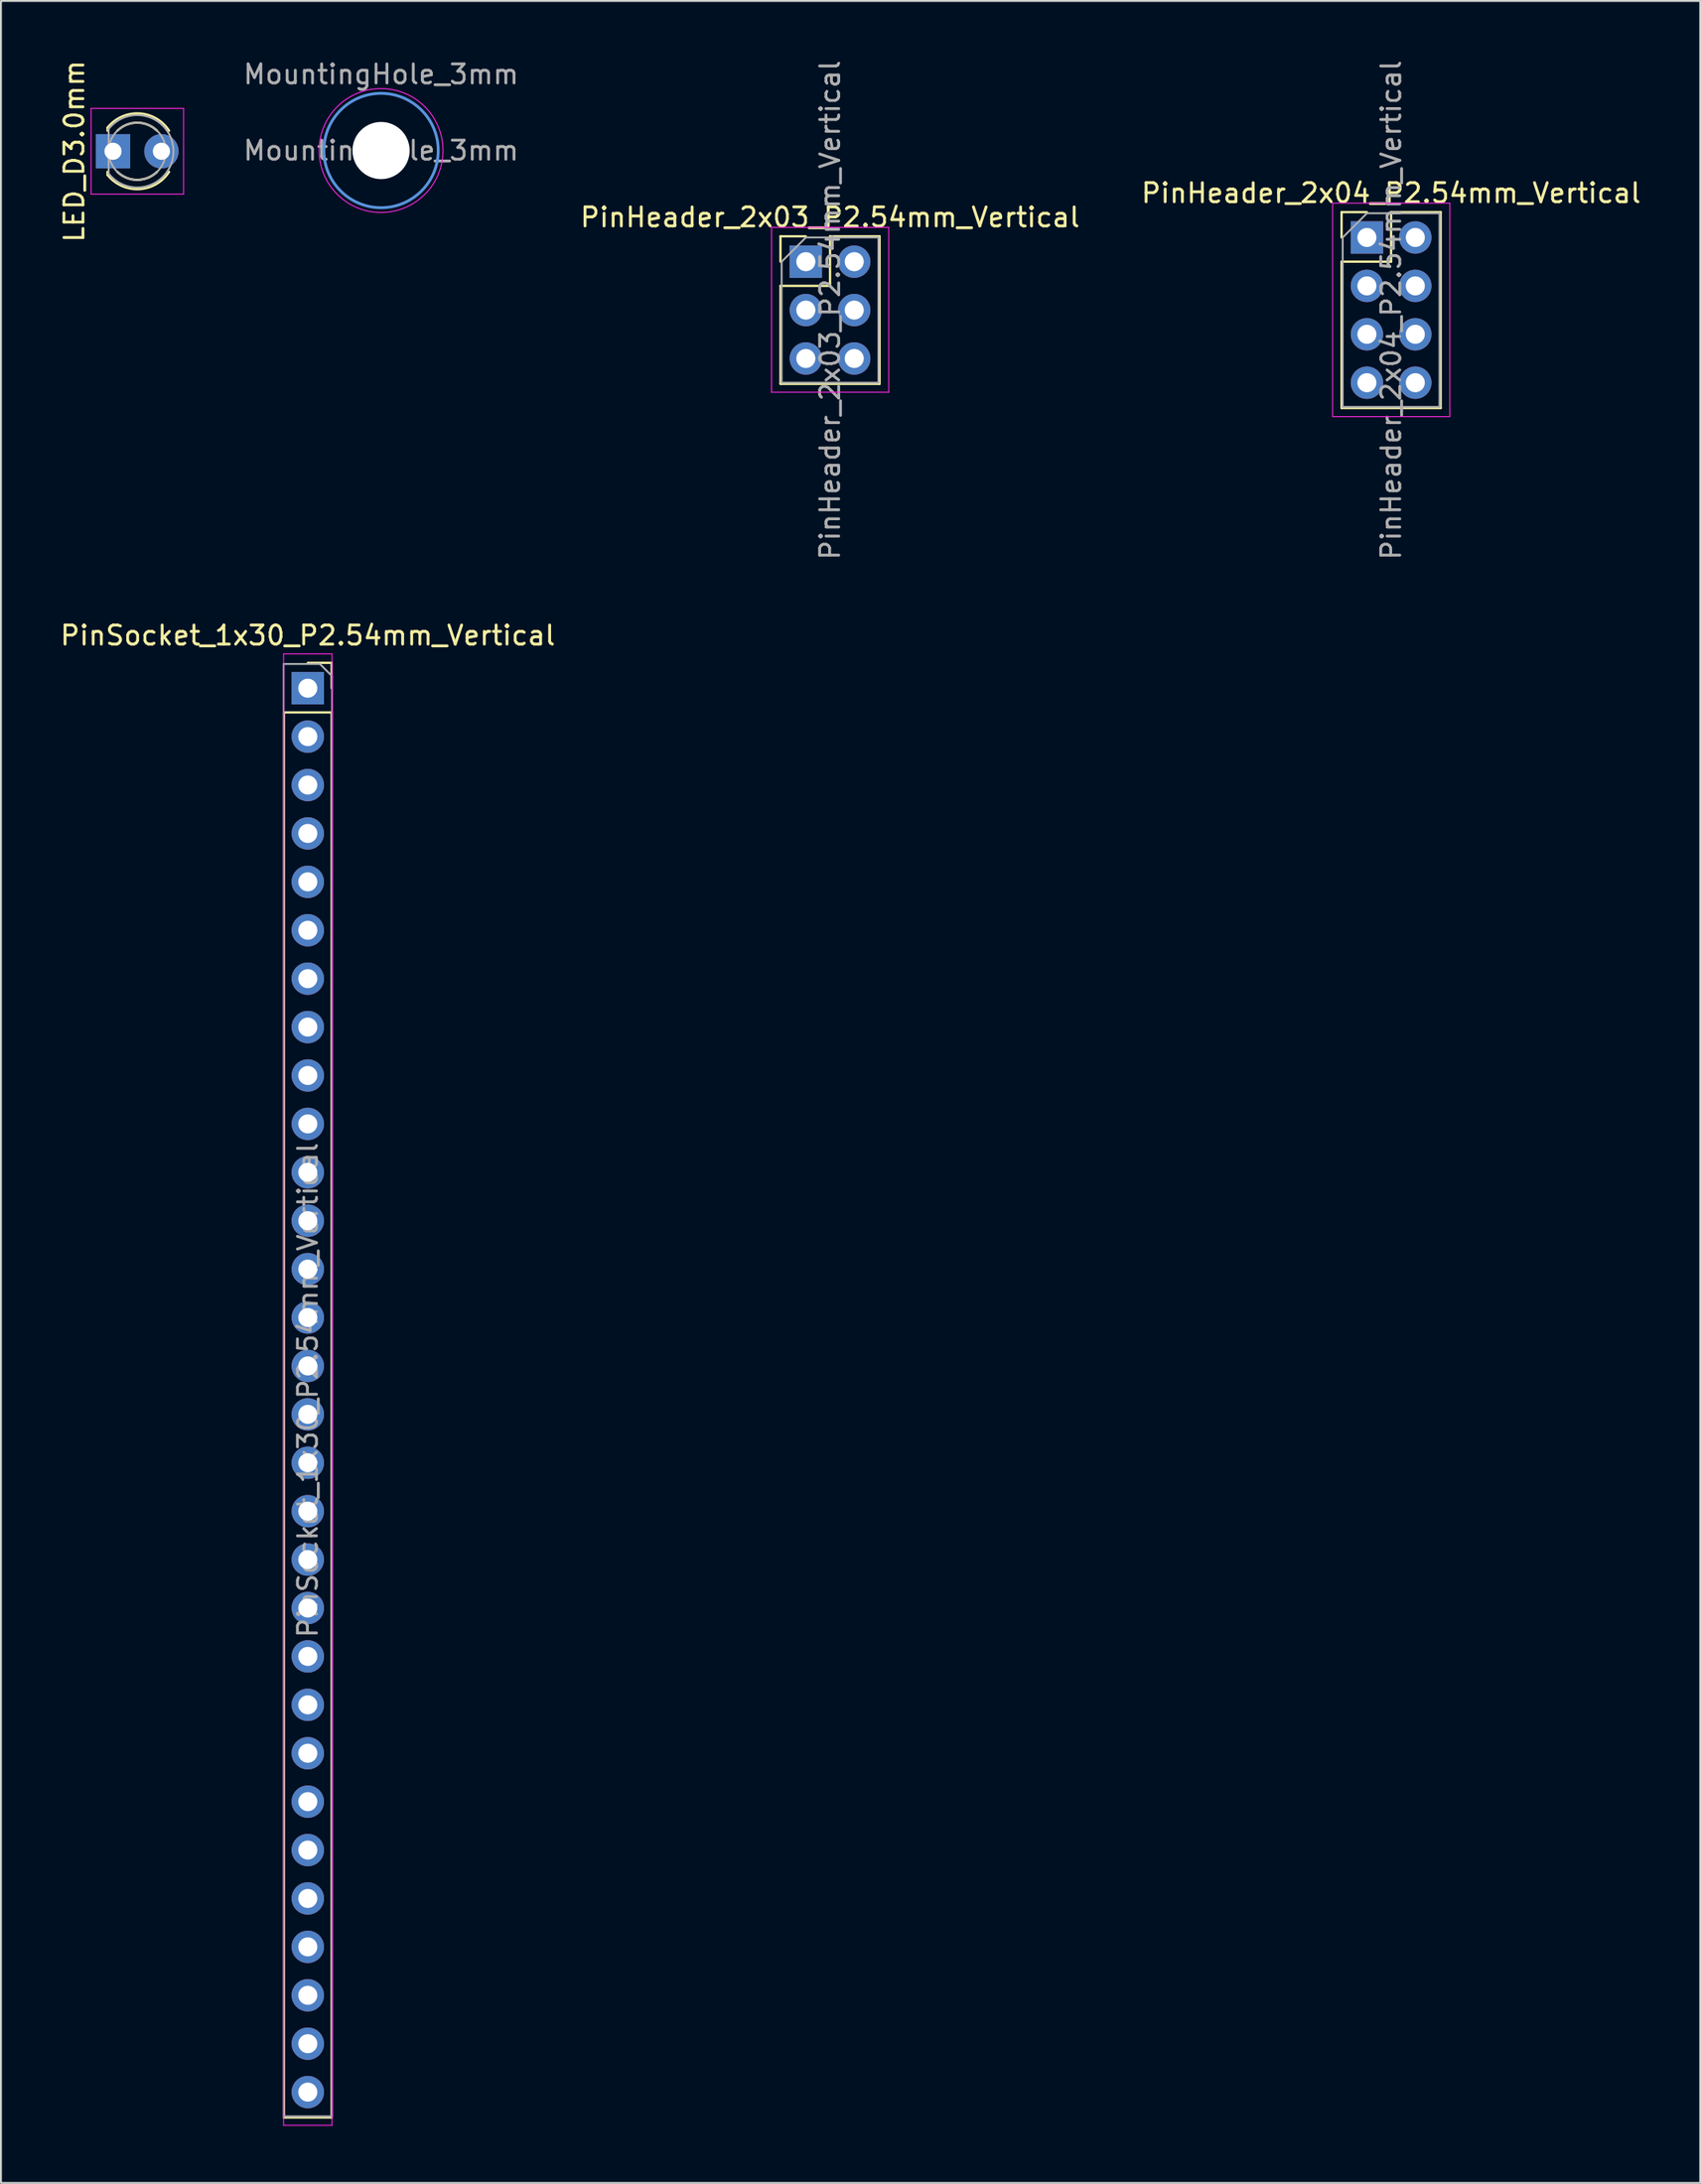
<source format=kicad_pcb>
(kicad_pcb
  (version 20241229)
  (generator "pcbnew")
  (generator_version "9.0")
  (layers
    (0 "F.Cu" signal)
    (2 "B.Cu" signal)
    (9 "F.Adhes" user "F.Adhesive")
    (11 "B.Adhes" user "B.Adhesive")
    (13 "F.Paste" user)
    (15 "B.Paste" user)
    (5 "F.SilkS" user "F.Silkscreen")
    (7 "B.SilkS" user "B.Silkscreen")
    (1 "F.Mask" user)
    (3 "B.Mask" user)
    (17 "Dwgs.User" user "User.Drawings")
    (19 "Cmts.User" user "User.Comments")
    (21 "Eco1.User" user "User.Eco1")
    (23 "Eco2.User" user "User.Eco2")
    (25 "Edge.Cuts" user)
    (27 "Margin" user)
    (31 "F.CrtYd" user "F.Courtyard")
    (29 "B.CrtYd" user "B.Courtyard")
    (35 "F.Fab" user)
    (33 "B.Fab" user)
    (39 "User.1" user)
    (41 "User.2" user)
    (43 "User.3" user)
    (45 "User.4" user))
  (footprint "PinHeader_2x03_P2.54mm_Vertical"
    (layer "F.Cu")
    (at 39.234 10.68)
    (property "Reference" "PinHeader_2x03_P2.54mm_Vertical" (at 1.27 -2.33 0) (layer "F.SilkS") (effects (font (size 1 1) (thickness 0.15))))
    (attr through_hole)
    (fp_line (start -1.33 -1.33) (end 0 -1.33) (stroke (width 0.12) (type solid)) (layer "F.SilkS"))
    (fp_line (start -1.33 0) (end -1.33 -1.33) (stroke (width 0.12) (type solid)) (layer "F.SilkS"))
    (fp_line (start -1.33 1.27) (end -1.33 6.41) (stroke (width 0.12) (type solid)) (layer "F.SilkS"))
    (fp_line (start -1.33 1.27) (end 1.27 1.27) (stroke (width 0.12) (type solid)) (layer "F.SilkS"))
    (fp_line (start -1.33 6.41) (end 3.87 6.41) (stroke (width 0.12) (type solid)) (layer "F.SilkS"))
    (fp_line (start 1.27 -1.33) (end 3.87 -1.33) (stroke (width 0.12) (type solid)) (layer "F.SilkS"))
    (fp_line (start 1.27 1.27) (end 1.27 -1.33) (stroke (width 0.12) (type solid)) (layer "F.SilkS"))
    (fp_line (start 3.87 -1.33) (end 3.87 6.41) (stroke (width 0.12) (type solid)) (layer "F.SilkS"))
    (fp_line (start -1.8 -1.8) (end -1.8 6.85) (stroke (width 0.05) (type solid)) (layer "F.CrtYd"))
    (fp_line (start -1.8 6.85) (end 4.35 6.85) (stroke (width 0.05) (type solid)) (layer "F.CrtYd"))
    (fp_line (start 4.35 -1.8) (end -1.8 -1.8) (stroke (width 0.05) (type solid)) (layer "F.CrtYd"))
    (fp_line (start 4.35 6.85) (end 4.35 -1.8) (stroke (width 0.05) (type solid)) (layer "F.CrtYd"))
    (fp_line (start -1.27 0) (end 0 -1.27) (stroke (width 0.1) (type solid)) (layer "F.Fab"))
    (fp_line (start -1.27 6.35) (end -1.27 0) (stroke (width 0.1) (type solid)) (layer "F.Fab"))
    (fp_line (start 0 -1.27) (end 3.81 -1.27) (stroke (width 0.1) (type solid)) (layer "F.Fab"))
    (fp_line (start 3.81 -1.27) (end 3.81 6.35) (stroke (width 0.1) (type solid)) (layer "F.Fab"))
    (fp_line (start 3.81 6.35) (end -1.27 6.35) (stroke (width 0.1) (type solid)) (layer "F.Fab"))
    (fp_text user "${REFERENCE}" (at 1.27 2.54 90) (layer "F.Fab") (effects (font (size 1 1) (thickness 0.15))))
    (pad "1" thru_hole rect (at 0 0) (size 1.7 1.7) (drill 1) (layers "*.Cu" "*.Mask"))
    (pad "2" thru_hole oval (at 2.54 0) (size 1.7 1.7) (drill 1) (layers "*.Cu" "*.Mask"))
    (pad "3" thru_hole oval (at 0 2.54) (size 1.7 1.7) (drill 1) (layers "*.Cu" "*.Mask"))
    (pad "4" thru_hole oval (at 2.54 2.54) (size 1.7 1.7) (drill 1) (layers "*.Cu" "*.Mask"))
    (pad "5" thru_hole oval (at 0 5.08) (size 1.7 1.7) (drill 1) (layers "*.Cu" "*.Mask"))
    (pad "6" thru_hole oval (at 2.54 5.08) (size 1.7 1.7) (drill 1) (layers "*.Cu" "*.Mask")))
  (footprint "LED_D3.0mm"
    (layer "F.Cu")
    (at 2.88 4.887)
    (property "Reference" "LED_D3.0mm" (at -2.032 0 90) (layer "F.SilkS") (effects (font (size 1 1) (thickness 0.15))))
    (attr through_hole)
    (fp_line (start -0.29 -1.236) (end -0.29 -1.08) (stroke (width 0.12) (type solid)) (layer "F.SilkS"))
    (fp_line (start -0.29 1.08) (end -0.29 1.236) (stroke (width 0.12) (type solid)) (layer "F.SilkS"))
    (fp_arc (start -0.29 -1.235516) (mid 1.366487 -1.987659) (end 2.942335 -1.078608) (stroke (width 0.12) (type solid)) (layer "F.SilkS"))
    (fp_arc (start 0.229039 -1.08) (mid 1.270117 -1.5) (end 2.31113 -1.079837) (stroke (width 0.12) (type solid)) (layer "F.SilkS"))
    (fp_arc (start 2.31113 1.079837) (mid 1.270117 1.5) (end 0.229039 1.08) (stroke (width 0.12) (type solid)) (layer "F.SilkS"))
    (fp_arc (start 2.942335 1.078608) (mid 1.366487 1.987659) (end -0.29 1.235516) (stroke (width 0.12) (type solid)) (layer "F.SilkS"))
    (fp_line (start -1.15 -2.25) (end -1.15 2.25) (stroke (width 0.05) (type solid)) (layer "F.CrtYd"))
    (fp_line (start -1.15 2.25) (end 3.7 2.25) (stroke (width 0.05) (type solid)) (layer "F.CrtYd"))
    (fp_line (start 3.7 -2.25) (end -1.15 -2.25) (stroke (width 0.05) (type solid)) (layer "F.CrtYd"))
    (fp_line (start 3.7 2.25) (end 3.7 -2.25) (stroke (width 0.05) (type solid)) (layer "F.CrtYd"))
    (fp_line (start -0.23 -1.166) (end -0.23 1.166) (stroke (width 0.1) (type solid)) (layer "F.Fab"))
    (fp_arc (start -0.23 -1.16619) (mid 3.17 0.000452) (end -0.230555 1.165476) (stroke (width 0.1) (type solid)) (layer "F.Fab"))
    (fp_circle (center 1.27 0) (end 2.77 0) (stroke (width 0.1) (type solid)) (fill no) (layer "F.Fab"))
    (pad "1" thru_hole rect (at 0 0) (size 1.8 1.8) (drill 0.9) (layers "*.Cu" "*.Mask"))
    (pad "2" thru_hole circle (at 2.54 0) (size 1.8 1.8) (drill 0.9) (layers "*.Cu" "*.Mask")))
  (footprint "MountingHole_3mm"
    (layer "F.Cu")
    (at 16.945 4.848)
    (property "Reference" "MountingHole_3mm" (at 0 -4 0) (layer "F.Fab") (effects (font (size 1 1) (thickness 0.15))))
    (attr exclude_from_pos_files exclude_from_bom)
    (fp_circle (center 0 0) (end 3 0) (stroke (width 0.15) (type solid)) (fill no) (layer "Cmts.User"))
    (fp_circle (center 0 0) (end 3.25 0) (stroke (width 0.05) (type solid)) (fill no) (layer "F.CrtYd"))
    (fp_text user "${REFERENCE}" (at 0 0 0) (layer "F.Fab") (effects (font (size 1 1) (thickness 0.15))))
    (pad "" np_thru_hole circle (at 0 0) (size 3 3) (drill 3) (layers "*.Cu" "*.Mask")))
  (footprint "PinHeader_2x04_P2.54mm_Vertical"
    (layer "F.Cu")
    (at 68.675 9.41)
    (property "Reference" "PinHeader_2x04_P2.54mm_Vertical" (at 1.27 -2.33 0) (layer "F.SilkS") (effects (font (size 1 1) (thickness 0.15))))
    (attr through_hole)
    (fp_line (start -1.33 -1.33) (end 0 -1.33) (stroke (width 0.12) (type solid)) (layer "F.SilkS"))
    (fp_line (start -1.33 0) (end -1.33 -1.33) (stroke (width 0.12) (type solid)) (layer "F.SilkS"))
    (fp_line (start -1.33 1.27) (end -1.33 8.95) (stroke (width 0.12) (type solid)) (layer "F.SilkS"))
    (fp_line (start -1.33 1.27) (end 1.27 1.27) (stroke (width 0.12) (type solid)) (layer "F.SilkS"))
    (fp_line (start -1.33 8.95) (end 3.87 8.95) (stroke (width 0.12) (type solid)) (layer "F.SilkS"))
    (fp_line (start 1.27 -1.33) (end 3.87 -1.33) (stroke (width 0.12) (type solid)) (layer "F.SilkS"))
    (fp_line (start 1.27 1.27) (end 1.27 -1.33) (stroke (width 0.12) (type solid)) (layer "F.SilkS"))
    (fp_line (start 3.87 -1.33) (end 3.87 8.95) (stroke (width 0.12) (type solid)) (layer "F.SilkS"))
    (fp_line (start -1.8 -1.8) (end -1.8 9.4) (stroke (width 0.05) (type solid)) (layer "F.CrtYd"))
    (fp_line (start -1.8 9.4) (end 4.35 9.4) (stroke (width 0.05) (type solid)) (layer "F.CrtYd"))
    (fp_line (start 4.35 -1.8) (end -1.8 -1.8) (stroke (width 0.05) (type solid)) (layer "F.CrtYd"))
    (fp_line (start 4.35 9.4) (end 4.35 -1.8) (stroke (width 0.05) (type solid)) (layer "F.CrtYd"))
    (fp_line (start -1.27 0) (end 0 -1.27) (stroke (width 0.1) (type solid)) (layer "F.Fab"))
    (fp_line (start -1.27 8.89) (end -1.27 0) (stroke (width 0.1) (type solid)) (layer "F.Fab"))
    (fp_line (start 0 -1.27) (end 3.81 -1.27) (stroke (width 0.1) (type solid)) (layer "F.Fab"))
    (fp_line (start 3.81 -1.27) (end 3.81 8.89) (stroke (width 0.1) (type solid)) (layer "F.Fab"))
    (fp_line (start 3.81 8.89) (end -1.27 8.89) (stroke (width 0.1) (type solid)) (layer "F.Fab"))
    (fp_text user "${REFERENCE}" (at 1.27 3.81 90) (layer "F.Fab") (effects (font (size 1 1) (thickness 0.15))))
    (pad "1" thru_hole rect (at 0 0) (size 1.7 1.7) (drill 1) (layers "*.Cu" "*.Mask"))
    (pad "2" thru_hole oval (at 2.54 0) (size 1.7 1.7) (drill 1) (layers "*.Cu" "*.Mask"))
    (pad "3" thru_hole oval (at 0 2.54) (size 1.7 1.7) (drill 1) (layers "*.Cu" "*.Mask"))
    (pad "4" thru_hole oval (at 2.54 2.54) (size 1.7 1.7) (drill 1) (layers "*.Cu" "*.Mask"))
    (pad "5" thru_hole oval (at 0 5.08) (size 1.7 1.7) (drill 1) (layers "*.Cu" "*.Mask"))
    (pad "6" thru_hole oval (at 2.54 5.08) (size 1.7 1.7) (drill 1) (layers "*.Cu" "*.Mask"))
    (pad "7" thru_hole oval (at 0 7.62) (size 1.7 1.7) (drill 1) (layers "*.Cu" "*.Mask"))
    (pad "8" thru_hole oval (at 2.54 7.62) (size 1.7 1.7) (drill 1) (layers "*.Cu" "*.Mask")))
  (footprint "PinSocket_1x30_P2.54mm_Vertical"
    (layer "F.Cu")
    (at 13.101 33.059)
    (property "Reference" "PinSocket_1x30_P2.54mm_Vertical" (at 0 -2.77 0) (layer "F.SilkS") (effects (font (size 1 1) (thickness 0.15))))
    (attr through_hole)
    (fp_line (start -1.25 1.27) (end -1.25 74.99) (stroke (width 0.12) (type solid)) (layer "F.SilkS"))
    (fp_line (start -1.25 1.27) (end 1.25 1.27) (stroke (width 0.12) (type solid)) (layer "F.SilkS"))
    (fp_line (start -1.25 74.99) (end 1.25 74.99) (stroke (width 0.12) (type solid)) (layer "F.SilkS"))
    (fp_line (start 0 -1.33) (end 1.25 -1.33) (stroke (width 0.12) (type solid)) (layer "F.SilkS"))
    (fp_line (start 1.25 -1.33) (end 1.25 0) (stroke (width 0.12) (type solid)) (layer "F.SilkS"))
    (fp_line (start 1.25 1.27) (end 1.25 74.99) (stroke (width 0.12) (type solid)) (layer "F.SilkS"))
    (fp_line (start -1.27 -1.8) (end 1.27 -1.8) (stroke (width 0.05) (type solid)) (layer "F.CrtYd"))
    (fp_line (start -1.27 75.4) (end -1.27 -1.8) (stroke (width 0.05) (type solid)) (layer "F.CrtYd"))
    (fp_line (start 1.27 -1.8) (end 1.27 75.4) (stroke (width 0.05) (type solid)) (layer "F.CrtYd"))
    (fp_line (start 1.27 75.4) (end -1.27 75.4) (stroke (width 0.05) (type solid)) (layer "F.CrtYd"))
    (fp_line (start -1.27 -1.27) (end 0.635 -1.27) (stroke (width 0.1) (type solid)) (layer "F.Fab"))
    (fp_line (start -1.27 74.93) (end -1.27 -1.27) (stroke (width 0.1) (type solid)) (layer "F.Fab"))
    (fp_line (start 0.635 -1.27) (end 1.27 -0.635) (stroke (width 0.1) (type solid)) (layer "F.Fab"))
    (fp_line (start 1.27 -0.635) (end 1.27 74.93) (stroke (width 0.1) (type solid)) (layer "F.Fab"))
    (fp_line (start 1.27 74.93) (end -1.27 74.93) (stroke (width 0.1) (type solid)) (layer "F.Fab"))
    (fp_text user "${REFERENCE}" (at 0 36.83 90) (layer "F.Fab") (effects (font (size 1 1) (thickness 0.15))))
    (pad "1" thru_hole rect (at 0 0) (size 1.7 1.7) (drill 1) (layers "*.Cu" "*.Mask"))
    (pad "2" thru_hole oval (at 0 2.54) (size 1.7 1.7) (drill 1) (layers "*.Cu" "*.Mask"))
    (pad "3" thru_hole oval (at 0 5.08) (size 1.7 1.7) (drill 1) (layers "*.Cu" "*.Mask"))
    (pad "4" thru_hole oval (at 0 7.62) (size 1.7 1.7) (drill 1) (layers "*.Cu" "*.Mask"))
    (pad "5" thru_hole oval (at 0 10.16) (size 1.7 1.7) (drill 1) (layers "*.Cu" "*.Mask"))
    (pad "6" thru_hole oval (at 0 12.7) (size 1.7 1.7) (drill 1) (layers "*.Cu" "*.Mask"))
    (pad "7" thru_hole oval (at 0 15.24) (size 1.7 1.7) (drill 1) (layers "*.Cu" "*.Mask"))
    (pad "8" thru_hole oval (at 0 17.78) (size 1.7 1.7) (drill 1) (layers "*.Cu" "*.Mask"))
    (pad "9" thru_hole oval (at 0 20.32) (size 1.7 1.7) (drill 1) (layers "*.Cu" "*.Mask"))
    (pad "10" thru_hole oval (at 0 22.86) (size 1.7 1.7) (drill 1) (layers "*.Cu" "*.Mask"))
    (pad "11" thru_hole oval (at 0 25.4) (size 1.7 1.7) (drill 1) (layers "*.Cu" "*.Mask"))
    (pad "12" thru_hole oval (at 0 27.94) (size 1.7 1.7) (drill 1) (layers "*.Cu" "*.Mask"))
    (pad "13" thru_hole oval (at 0 30.48) (size 1.7 1.7) (drill 1) (layers "*.Cu" "*.Mask"))
    (pad "14" thru_hole oval (at 0 33.02) (size 1.7 1.7) (drill 1) (layers "*.Cu" "*.Mask"))
    (pad "15" thru_hole oval (at 0 35.56) (size 1.7 1.7) (drill 1) (layers "*.Cu" "*.Mask"))
    (pad "16" thru_hole oval (at 0 38.1) (size 1.7 1.7) (drill 1) (layers "*.Cu" "*.Mask"))
    (pad "17" thru_hole oval (at 0 40.64) (size 1.7 1.7) (drill 1) (layers "*.Cu" "*.Mask"))
    (pad "18" thru_hole oval (at 0 43.18) (size 1.7 1.7) (drill 1) (layers "*.Cu" "*.Mask"))
    (pad "19" thru_hole oval (at 0 45.72) (size 1.7 1.7) (drill 1) (layers "*.Cu" "*.Mask"))
    (pad "20" thru_hole oval (at 0 48.26) (size 1.7 1.7) (drill 1) (layers "*.Cu" "*.Mask"))
    (pad "21" thru_hole oval (at 0 50.8) (size 1.7 1.7) (drill 1) (layers "*.Cu" "*.Mask"))
    (pad "22" thru_hole oval (at 0 53.34) (size 1.7 1.7) (drill 1) (layers "*.Cu" "*.Mask"))
    (pad "23" thru_hole oval (at 0 55.88) (size 1.7 1.7) (drill 1) (layers "*.Cu" "*.Mask"))
    (pad "24" thru_hole oval (at 0 58.42) (size 1.7 1.7) (drill 1) (layers "*.Cu" "*.Mask"))
    (pad "25" thru_hole oval (at 0 60.96) (size 1.7 1.7) (drill 1) (layers "*.Cu" "*.Mask"))
    (pad "26" thru_hole oval (at 0 63.5) (size 1.7 1.7) (drill 1) (layers "*.Cu" "*.Mask"))
    (pad "27" thru_hole oval (at 0 66.04) (size 1.7 1.7) (drill 1) (layers "*.Cu" "*.Mask"))
    (pad "28" thru_hole oval (at 0 68.58) (size 1.7 1.7) (drill 1) (layers "*.Cu" "*.Mask"))
    (pad "29" thru_hole oval (at 0 71.12) (size 1.7 1.7) (drill 1) (layers "*.Cu" "*.Mask"))
    (pad "30" thru_hole oval (at 0 73.66) (size 1.7 1.7) (drill 1) (layers "*.Cu" "*.Mask")))
  (gr_rect
    (start -3 -3)
    (end 86.165 111.484)
    (stroke (width 0.1) (type default))
    (fill no)
    (layer "Edge.Cuts")))
</source>
